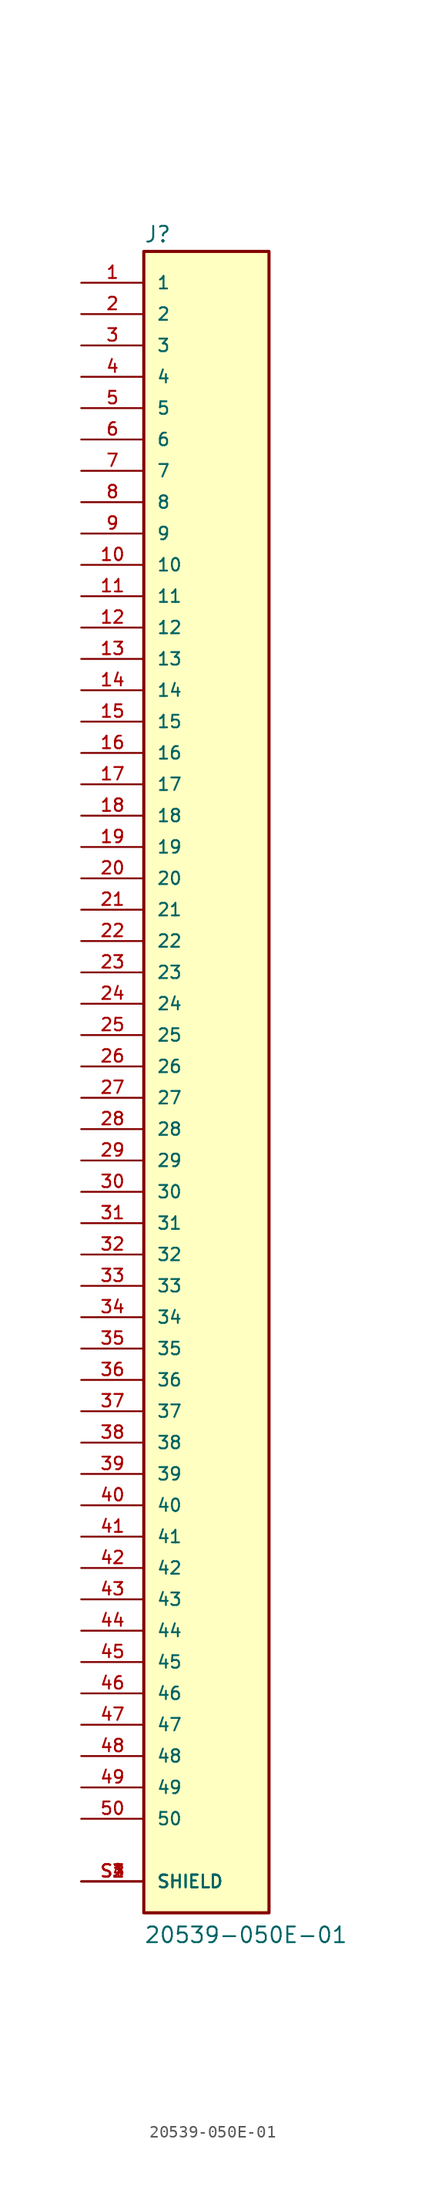
<source format=kicad_sym>
(kicad_symbol_lib
  (version 20241209)
  (generator "kicad_symbol_editor")
  (generator_version "9.0")
  (symbol "20539-050E-01"
    (pin_names
      (offset 1.016))
    (property "Reference" "J"
      (at -5.08 69.215 0)
      (effects (font (size 1.27 1.27)) (justify left bottom)))
    (property "Value" "20539-050E-01"
      (at -5.08 -68.58 0)
      (effects (font (size 1.27 1.27)) (justify left bottom)))
    (symbol "20539-050E-01_0_0"
      (rectangle (start -5.08 -66.04) (end 5.08 68.58) (stroke (width 0.254) (type default)) (fill (type background)))
      (pin passive line (at -10.16 66.04 0) (length 5.08) (name "1" (effects (font (size 1.016 1.016)))) (number "1" (effects (font (size 1.016 1.016)))))
      (pin passive line (at -10.16 63.5 0) (length 5.08) (name "2" (effects (font (size 1.016 1.016)))) (number "2" (effects (font (size 1.016 1.016)))))
      (pin passive line (at -10.16 60.96 0) (length 5.08) (name "3" (effects (font (size 1.016 1.016)))) (number "3" (effects (font (size 1.016 1.016)))))
      (pin passive line (at -10.16 58.42 0) (length 5.08) (name "4" (effects (font (size 1.016 1.016)))) (number "4" (effects (font (size 1.016 1.016)))))
      (pin passive line (at -10.16 55.88 0) (length 5.08) (name "5" (effects (font (size 1.016 1.016)))) (number "5" (effects (font (size 1.016 1.016)))))
      (pin passive line (at -10.16 53.34 0) (length 5.08) (name "6" (effects (font (size 1.016 1.016)))) (number "6" (effects (font (size 1.016 1.016)))))
      (pin passive line (at -10.16 50.8 0) (length 5.08) (name "7" (effects (font (size 1.016 1.016)))) (number "7" (effects (font (size 1.016 1.016)))))
      (pin passive line (at -10.16 48.26 0) (length 5.08) (name "8" (effects (font (size 1.016 1.016)))) (number "8" (effects (font (size 1.016 1.016)))))
      (pin passive line (at -10.16 45.72 0) (length 5.08) (name "9" (effects (font (size 1.016 1.016)))) (number "9" (effects (font (size 1.016 1.016)))))
      (pin passive line (at -10.16 43.18 0) (length 5.08) (name "10" (effects (font (size 1.016 1.016)))) (number "10" (effects (font (size 1.016 1.016)))))
      (pin passive line (at -10.16 40.64 0) (length 5.08) (name "11" (effects (font (size 1.016 1.016)))) (number "11" (effects (font (size 1.016 1.016)))))
      (pin passive line (at -10.16 38.1 0) (length 5.08) (name "12" (effects (font (size 1.016 1.016)))) (number "12" (effects (font (size 1.016 1.016)))))
      (pin passive line (at -10.16 35.56 0) (length 5.08) (name "13" (effects (font (size 1.016 1.016)))) (number "13" (effects (font (size 1.016 1.016)))))
      (pin passive line (at -10.16 33.02 0) (length 5.08) (name "14" (effects (font (size 1.016 1.016)))) (number "14" (effects (font (size 1.016 1.016)))))
      (pin passive line (at -10.16 30.48 0) (length 5.08) (name "15" (effects (font (size 1.016 1.016)))) (number "15" (effects (font (size 1.016 1.016)))))
      (pin passive line (at -10.16 27.94 0) (length 5.08) (name "16" (effects (font (size 1.016 1.016)))) (number "16" (effects (font (size 1.016 1.016)))))
      (pin passive line (at -10.16 25.4 0) (length 5.08) (name "17" (effects (font (size 1.016 1.016)))) (number "17" (effects (font (size 1.016 1.016)))))
      (pin passive line (at -10.16 22.86 0) (length 5.08) (name "18" (effects (font (size 1.016 1.016)))) (number "18" (effects (font (size 1.016 1.016)))))
      (pin passive line (at -10.16 20.32 0) (length 5.08) (name "19" (effects (font (size 1.016 1.016)))) (number "19" (effects (font (size 1.016 1.016)))))
      (pin passive line (at -10.16 17.78 0) (length 5.08) (name "20" (effects (font (size 1.016 1.016)))) (number "20" (effects (font (size 1.016 1.016)))))
      (pin passive line (at -10.16 15.24 0) (length 5.08) (name "21" (effects (font (size 1.016 1.016)))) (number "21" (effects (font (size 1.016 1.016)))))
      (pin passive line (at -10.16 12.7 0) (length 5.08) (name "22" (effects (font (size 1.016 1.016)))) (number "22" (effects (font (size 1.016 1.016)))))
      (pin passive line (at -10.16 10.16 0) (length 5.08) (name "23" (effects (font (size 1.016 1.016)))) (number "23" (effects (font (size 1.016 1.016)))))
      (pin passive line (at -10.16 7.62 0) (length 5.08) (name "24" (effects (font (size 1.016 1.016)))) (number "24" (effects (font (size 1.016 1.016)))))
      (pin passive line (at -10.16 5.08 0) (length 5.08) (name "25" (effects (font (size 1.016 1.016)))) (number "25" (effects (font (size 1.016 1.016)))))
      (pin passive line (at -10.16 2.54 0) (length 5.08) (name "26" (effects (font (size 1.016 1.016)))) (number "26" (effects (font (size 1.016 1.016)))))
      (pin passive line (at -10.16 0 0) (length 5.08) (name "27" (effects (font (size 1.016 1.016)))) (number "27" (effects (font (size 1.016 1.016)))))
      (pin passive line (at -10.16 -2.54 0) (length 5.08) (name "28" (effects (font (size 1.016 1.016)))) (number "28" (effects (font (size 1.016 1.016)))))
      (pin passive line (at -10.16 -5.08 0) (length 5.08) (name "29" (effects (font (size 1.016 1.016)))) (number "29" (effects (font (size 1.016 1.016)))))
      (pin passive line (at -10.16 -7.62 0) (length 5.08) (name "30" (effects (font (size 1.016 1.016)))) (number "30" (effects (font (size 1.016 1.016)))))
      (pin passive line (at -10.16 -10.16 0) (length 5.08) (name "31" (effects (font (size 1.016 1.016)))) (number "31" (effects (font (size 1.016 1.016)))))
      (pin passive line (at -10.16 -12.7 0) (length 5.08) (name "32" (effects (font (size 1.016 1.016)))) (number "32" (effects (font (size 1.016 1.016)))))
      (pin passive line (at -10.16 -15.24 0) (length 5.08) (name "33" (effects (font (size 1.016 1.016)))) (number "33" (effects (font (size 1.016 1.016)))))
      (pin passive line (at -10.16 -17.78 0) (length 5.08) (name "34" (effects (font (size 1.016 1.016)))) (number "34" (effects (font (size 1.016 1.016)))))
      (pin passive line (at -10.16 -20.32 0) (length 5.08) (name "35" (effects (font (size 1.016 1.016)))) (number "35" (effects (font (size 1.016 1.016)))))
      (pin passive line (at -10.16 -22.86 0) (length 5.08) (name "36" (effects (font (size 1.016 1.016)))) (number "36" (effects (font (size 1.016 1.016)))))
      (pin passive line (at -10.16 -25.4 0) (length 5.08) (name "37" (effects (font (size 1.016 1.016)))) (number "37" (effects (font (size 1.016 1.016)))))
      (pin passive line (at -10.16 -27.94 0) (length 5.08) (name "38" (effects (font (size 1.016 1.016)))) (number "38" (effects (font (size 1.016 1.016)))))
      (pin passive line (at -10.16 -30.48 0) (length 5.08) (name "39" (effects (font (size 1.016 1.016)))) (number "39" (effects (font (size 1.016 1.016)))))
      (pin passive line (at -10.16 -33.02 0) (length 5.08) (name "40" (effects (font (size 1.016 1.016)))) (number "40" (effects (font (size 1.016 1.016)))))
      (pin passive line (at -10.16 -35.56 0) (length 5.08) (name "41" (effects (font (size 1.016 1.016)))) (number "41" (effects (font (size 1.016 1.016)))))
      (pin passive line (at -10.16 -38.1 0) (length 5.08) (name "42" (effects (font (size 1.016 1.016)))) (number "42" (effects (font (size 1.016 1.016)))))
      (pin passive line (at -10.16 -40.64 0) (length 5.08) (name "43" (effects (font (size 1.016 1.016)))) (number "43" (effects (font (size 1.016 1.016)))))
      (pin passive line (at -10.16 -43.18 0) (length 5.08) (name "44" (effects (font (size 1.016 1.016)))) (number "44" (effects (font (size 1.016 1.016)))))
      (pin passive line (at -10.16 -45.72 0) (length 5.08) (name "45" (effects (font (size 1.016 1.016)))) (number "45" (effects (font (size 1.016 1.016)))))
      (pin passive line (at -10.16 -48.26 0) (length 5.08) (name "46" (effects (font (size 1.016 1.016)))) (number "46" (effects (font (size 1.016 1.016)))))
      (pin passive line (at -10.16 -50.8 0) (length 5.08) (name "47" (effects (font (size 1.016 1.016)))) (number "47" (effects (font (size 1.016 1.016)))))
      (pin passive line (at -10.16 -53.34 0) (length 5.08) (name "48" (effects (font (size 1.016 1.016)))) (number "48" (effects (font (size 1.016 1.016)))))
      (pin passive line (at -10.16 -55.88 0) (length 5.08) (name "49" (effects (font (size 1.016 1.016)))) (number "49" (effects (font (size 1.016 1.016)))))
      (pin passive line (at -10.16 -58.42 0) (length 5.08) (name "50" (effects (font (size 1.016 1.016)))) (number "50" (effects (font (size 1.016 1.016)))))
      (pin passive line (at -10.16 -63.5 0) (length 5.08) (name "SHIELD" (effects (font (size 1.016 1.016)))) (number "S1" (effects (font (size 1.016 1.016)))))
      (pin passive line (at -10.16 -63.5 0) (length 5.08) (name "SHIELD" (effects (font (size 1.016 1.016)))) (number "S2" (effects (font (size 1.016 1.016)))))
      (pin passive line (at -10.16 -63.5 0) (length 5.08) (name "SHIELD" (effects (font (size 1.016 1.016)))) (number "S3" (effects (font (size 1.016 1.016)))))
      (pin passive line (at -10.16 -63.5 0) (length 5.08) (name "SHIELD" (effects (font (size 1.016 1.016)))) (number "S4" (effects (font (size 1.016 1.016))))))))
</source>
